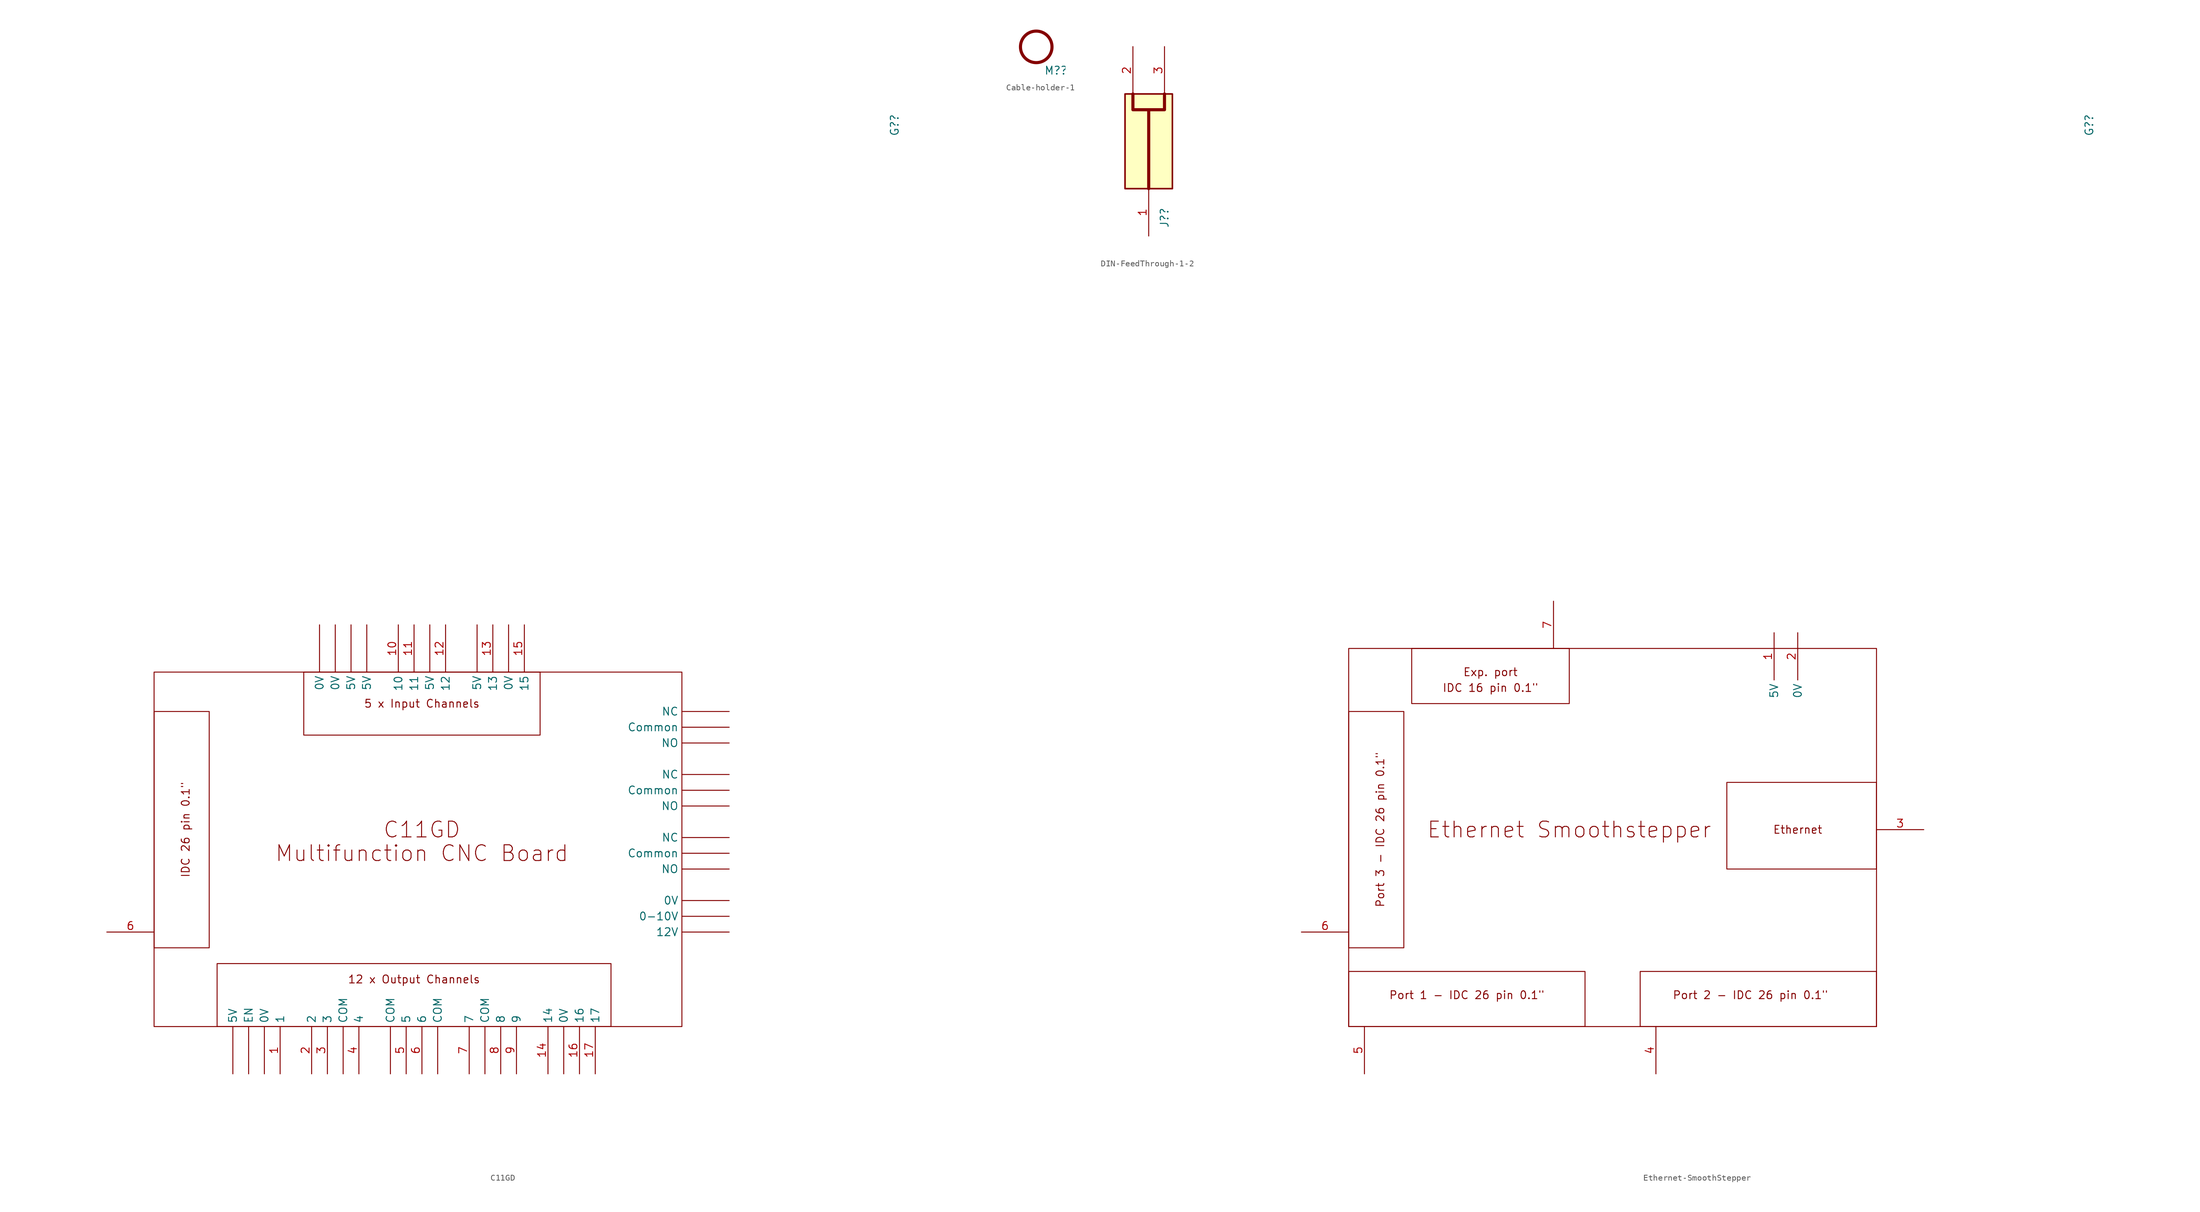
<source format=kicad_sym>
(kicad_symbol_lib
  (version 20211014)
  (generator kicad_symbol_editor)
  (symbol "C11GD"
    (property "Reference" "G?"
      (at 77.47 121.92 90)
      (effects (font (size 1.27 1.27)) (justify left)))
    (symbol "C11GD_0_0"
      (rectangle (start -41.91 35.56) (end 43.18 -21.59) (stroke (width 0.152) (type default) (color 0 0 0 0)) (fill (type none)))
      (rectangle (start -31.75 -21.59) (end 31.75 -11.43) (stroke (width 0.152) (type default) (color 0 0 0 0)) (fill (type none)))
      (rectangle (start -17.78 35.56) (end 20.32 25.4) (stroke (width 0.152) (type default) (color 0 0 0 0)) (fill (type none)))
      (text "12 x Output Channels" (at 0 -13.97 0) (effects (font (size 1.27 1.27))))
      (text "5 x Input Channels" (at 1.27 30.48 0) (effects (font (size 1.27 1.27))))
      (text "C11GD" (at 1.27 10.16 0) (effects (font (size 2.54 2.54))))
      (text "IDC 26 pin 0.1\"" (at -36.83 10.16 900) (effects (font (size 1.27 1.27))))
      (text "Multifunction CNC Board" (at 1.27 6.35 0) (effects (font (size 2.54 2.54)))))
    (symbol "C11GD_0_1"
      (rectangle (start -41.91 -8.89) (end -33.02 29.21) (stroke (width 0.152) (type default) (color 0 0 0 0)) (fill (type none))))
    (symbol "C11GD_1_0"
      (pin input line (at 50.8 -3.81 180) (length 7.62) (name "0-10V" (effects (font (size 1.27 1.27)))) (number "" (effects (font (size 1.27 1.27)))))
      (pin input line (at -24.13 -29.21 90) (length 7.62) (name "0V" (effects (font (size 1.27 1.27)))) (number "" (effects (font (size 1.27 1.27)))))
      (pin input line (at -15.24 43.18 270) (length 7.62) (name "0V" (effects (font (size 1.27 1.27)))) (number "" (effects (font (size 1.27 1.27)))))
      (pin input line (at -12.7 43.18 270) (length 7.62) (name "0V" (effects (font (size 1.27 1.27)))) (number "" (effects (font (size 1.27 1.27)))))
      (pin input line (at 15.24 43.18 270) (length 7.62) (name "0V" (effects (font (size 1.27 1.27)))) (number "" (effects (font (size 1.27 1.27)))))
      (pin input line (at 24.13 -29.21 90) (length 7.62) (name "0V" (effects (font (size 1.27 1.27)))) (number "" (effects (font (size 1.27 1.27)))))
      (pin input line (at 50.8 -1.27 180) (length 7.62) (name "0V" (effects (font (size 1.27 1.27)))) (number "" (effects (font (size 1.27 1.27)))))
      (pin input line (at 50.8 -6.35 180) (length 7.62) (name "12V" (effects (font (size 1.27 1.27)))) (number "" (effects (font (size 1.27 1.27)))))
      (pin input line (at -29.21 -29.21 90) (length 7.62) (name "5V" (effects (font (size 1.27 1.27)))) (number "" (effects (font (size 1.27 1.27)))))
      (pin input line (at -10.16 43.18 270) (length 7.62) (name "5V" (effects (font (size 1.27 1.27)))) (number "" (effects (font (size 1.27 1.27)))))
      (pin input line (at -7.62 43.18 270) (length 7.62) (name "5V" (effects (font (size 1.27 1.27)))) (number "" (effects (font (size 1.27 1.27)))))
      (pin input line (at 2.54 43.18 270) (length 7.62) (name "5V" (effects (font (size 1.27 1.27)))) (number "" (effects (font (size 1.27 1.27)))))
      (pin input line (at 10.16 43.18 270) (length 7.62) (name "5V" (effects (font (size 1.27 1.27)))) (number "" (effects (font (size 1.27 1.27)))))
      (pin input line (at -11.43 -29.21 90) (length 7.62) (name "COM" (effects (font (size 1.27 1.27)))) (number "" (effects (font (size 1.27 1.27)))))
      (pin input line (at -3.81 -29.21 90) (length 7.62) (name "COM" (effects (font (size 1.27 1.27)))) (number "" (effects (font (size 1.27 1.27)))))
      (pin input line (at 3.81 -29.21 90) (length 7.62) (name "COM" (effects (font (size 1.27 1.27)))) (number "" (effects (font (size 1.27 1.27)))))
      (pin input line (at 11.43 -29.21 90) (length 7.62) (name "COM" (effects (font (size 1.27 1.27)))) (number "" (effects (font (size 1.27 1.27)))))
      (pin input line (at 50.8 6.35 180) (length 7.62) (name "Common" (effects (font (size 1.27 1.27)))) (number "" (effects (font (size 1.27 1.27)))))
      (pin input line (at 50.8 16.51 180) (length 7.62) (name "Common" (effects (font (size 1.27 1.27)))) (number "" (effects (font (size 1.27 1.27)))))
      (pin input line (at 50.8 26.67 180) (length 7.62) (name "Common" (effects (font (size 1.27 1.27)))) (number "" (effects (font (size 1.27 1.27)))))
      (pin input line (at -26.67 -29.21 90) (length 7.62) (name "EN" (effects (font (size 1.27 1.27)))) (number "" (effects (font (size 1.27 1.27)))))
      (pin input line (at 50.8 8.89 180) (length 7.62) (name "NC" (effects (font (size 1.27 1.27)))) (number "" (effects (font (size 1.27 1.27)))))
      (pin input line (at 50.8 19.05 180) (length 7.62) (name "NC" (effects (font (size 1.27 1.27)))) (number "" (effects (font (size 1.27 1.27)))))
      (pin input line (at 50.8 29.21 180) (length 7.62) (name "NC" (effects (font (size 1.27 1.27)))) (number "" (effects (font (size 1.27 1.27)))))
      (pin input line (at 50.8 3.81 180) (length 7.62) (name "NO" (effects (font (size 1.27 1.27)))) (number "" (effects (font (size 1.27 1.27)))))
      (pin input line (at 50.8 13.97 180) (length 7.62) (name "NO" (effects (font (size 1.27 1.27)))) (number "" (effects (font (size 1.27 1.27)))))
      (pin input line (at 50.8 24.13 180) (length 7.62) (name "NO" (effects (font (size 1.27 1.27)))) (number "" (effects (font (size 1.27 1.27)))))
      (pin input line (at -21.59 -29.21 90) (length 7.62) (name "1" (effects (font (size 1.27 1.27)))) (number "1" (effects (font (size 1.27 1.27)))))
      (pin input line (at -2.54 43.18 270) (length 7.62) (name "10" (effects (font (size 1.27 1.27)))) (number "10" (effects (font (size 1.27 1.27)))))
      (pin input line (at 0 43.18 270) (length 7.62) (name "11" (effects (font (size 1.27 1.27)))) (number "11" (effects (font (size 1.27 1.27)))))
      (pin input line (at 5.08 43.18 270) (length 7.62) (name "12" (effects (font (size 1.27 1.27)))) (number "12" (effects (font (size 1.27 1.27)))))
      (pin input line (at 12.7 43.18 270) (length 7.62) (name "13" (effects (font (size 1.27 1.27)))) (number "13" (effects (font (size 1.27 1.27)))))
      (pin input line (at 21.59 -29.21 90) (length 7.62) (name "14" (effects (font (size 1.27 1.27)))) (number "14" (effects (font (size 1.27 1.27)))))
      (pin input line (at 17.78 43.18 270) (length 7.62) (name "15" (effects (font (size 1.27 1.27)))) (number "15" (effects (font (size 1.27 1.27)))))
      (pin input line (at 26.67 -29.21 90) (length 7.62) (name "16" (effects (font (size 1.27 1.27)))) (number "16" (effects (font (size 1.27 1.27)))))
      (pin input line (at 29.21 -29.21 90) (length 7.62) (name "17" (effects (font (size 1.27 1.27)))) (number "17" (effects (font (size 1.27 1.27)))))
      (pin input line (at -16.51 -29.21 90) (length 7.62) (name "2" (effects (font (size 1.27 1.27)))) (number "2" (effects (font (size 1.27 1.27)))))
      (pin input line (at -13.97 -29.21 90) (length 7.62) (name "3" (effects (font (size 1.27 1.27)))) (number "3" (effects (font (size 1.27 1.27)))))
      (pin input line (at -8.89 -29.21 90) (length 7.62) (name "4" (effects (font (size 1.27 1.27)))) (number "4" (effects (font (size 1.27 1.27)))))
      (pin input line (at -1.27 -29.21 90) (length 7.62) (name "5" (effects (font (size 1.27 1.27)))) (number "5" (effects (font (size 1.27 1.27)))))
      (pin input line (at -49.53 -6.35 0) (length 7.62) (name "" (effects (font (size 1.27 1.27)))) (number "6" (effects (font (size 1.27 1.27)))))
      (pin input line (at 1.27 -29.21 90) (length 7.62) (name "6" (effects (font (size 1.27 1.27)))) (number "6" (effects (font (size 1.27 1.27)))))
      (pin input line (at 8.89 -29.21 90) (length 7.62) (name "7" (effects (font (size 1.27 1.27)))) (number "7" (effects (font (size 1.27 1.27)))))
      (pin input line (at 13.97 -29.21 90) (length 7.62) (name "8" (effects (font (size 1.27 1.27)))) (number "8" (effects (font (size 1.27 1.27)))))
      (pin input line (at 16.51 -29.21 90) (length 7.62) (name "9" (effects (font (size 1.27 1.27)))) (number "9" (effects (font (size 1.27 1.27)))))))
  (symbol "Cable-holder-1"
    (property "Reference" "M?"
      (at 1.27 -3.81 0)
      (effects (font (size 1.27 1.27)) (justify left)))
    (symbol "Cable-holder-1_0_1"
      (circle (center 0 0) (radius 2.54) (stroke (width 0.5) (type default) (color 0 0 0 0)) (fill (type none)))))
  (symbol "DIN-FeedThrough-1-2"
    (property "Reference" "J?"
      (at 2.54 -13.97 90)
      (effects (font (size 1.27 1.27)) (justify left)))
    (symbol "DIN-FeedThrough-1-2_0_0"
      (rectangle (start -3.81 7.62) (end 3.81 -7.62) (stroke (width 0.254) (type default) (color 0 0 0 0)) (fill (type background))))
    (symbol "DIN-FeedThrough-1-2_0_1"
      (polyline (pts (xy 2.54 7.62) (xy 2.54 5.08) (xy 0 5.08)) (stroke (width 0.5) (type default) (color 0 0 0 0)) (fill (type none)))
      (polyline (pts (xy 0 -7.62) (xy 0 5.08) (xy -2.54 5.08) (xy -2.54 7.62)) (stroke (width 0.5) (type default) (color 0 0 0 0)) (fill (type none))))
    (symbol "DIN-FeedThrough-1-2_1_0"
      (pin input line (at 0 -15.24 90) (length 7.62) (name "" (effects (font (size 1.27 1.27)))) (number "1" (effects (font (size 1.27 1.27)))))
      (pin input line (at -2.54 15.24 270) (length 7.62) (name "" (effects (font (size 1.27 1.27)))) (number "2" (effects (font (size 1.27 1.27)))))
      (pin input line (at 2.54 15.24 270) (length 7.62) (name "" (effects (font (size 1.27 1.27)))) (number "3" (effects (font (size 1.27 1.27)))))))
  (symbol "Ethernet-SmoothStepper"
    (property "Reference" "G?"
      (at 77.47 121.92 90)
      (effects (font (size 1.27 1.27)) (justify left)))
    (symbol "Ethernet-SmoothStepper_0_0"
      (rectangle (start -41.91 39.37) (end 43.18 -21.59) (stroke (width 0.152) (type default) (color 0 0 0 0)) (fill (type none)))
      (text "Ethernet" (at 30.48 10.16 0) (effects (font (size 1.27 1.27))))
      (text "Ethernet Smoothstepper" (at -6.35 10.16 0) (effects (font (size 2.54 2.54))))
      (text "Exp. port" (at -19.05 35.56 0) (effects (font (size 1.27 1.27))))
      (text "IDC 16 pin 0.1\"" (at -19.05 33.02 0) (effects (font (size 1.27 1.27))))
      (text "Port 1 - IDC 26 pin 0.1\"" (at -22.86 -16.51 0) (effects (font (size 1.27 1.27))))
      (text "Port 2 - IDC 26 pin 0.1\"" (at 22.86 -16.51 0) (effects (font (size 1.27 1.27))))
      (text "Port 3 - IDC 26 pin 0.1\"" (at -36.83 10.16 900) (effects (font (size 1.27 1.27)))))
    (symbol "Ethernet-SmoothStepper_0_1"
      (rectangle (start -41.91 -12.7) (end -3.81 -21.59) (stroke (width 0.152) (type default) (color 0 0 0 0)) (fill (type none)))
      (rectangle (start -41.91 -8.89) (end -33.02 29.21) (stroke (width 0.152) (type default) (color 0 0 0 0)) (fill (type none)))
      (rectangle (start -31.75 39.37) (end -6.35 30.48) (stroke (width 0.152) (type default) (color 0 0 0 0)) (fill (type none)))
      (rectangle (start 5.08 -12.7) (end 43.18 -21.59) (stroke (width 0.152) (type default) (color 0 0 0 0)) (fill (type none)))
      (rectangle (start 19.05 17.78) (end 43.18 3.81) (stroke (width 0.152) (type default) (color 0 0 0 0)) (fill (type none))))
    (symbol "Ethernet-SmoothStepper_1_0"
      (pin input line (at 26.67 41.91 270) (length 7.62) (name "5V" (effects (font (size 1.27 1.27)))) (number "1" (effects (font (size 1.27 1.27)))))
      (pin input line (at 30.48 41.91 270) (length 7.62) (name "0V" (effects (font (size 1.27 1.27)))) (number "2" (effects (font (size 1.27 1.27)))))
      (pin input line (at 50.8 10.16 180) (length 7.62) (name "" (effects (font (size 1.27 1.27)))) (number "3" (effects (font (size 1.27 1.27)))))
      (pin input line (at 7.62 -29.21 90) (length 7.62) (name "" (effects (font (size 1.27 1.27)))) (number "4" (effects (font (size 1.27 1.27)))))
      (pin input line (at -39.37 -29.21 90) (length 7.62) (name "" (effects (font (size 1.27 1.27)))) (number "5" (effects (font (size 1.27 1.27)))))
      (pin input line (at -49.53 -6.35 0) (length 7.62) (name "" (effects (font (size 1.27 1.27)))) (number "6" (effects (font (size 1.27 1.27)))))
      (pin input line (at -8.89 46.99 270) (length 7.62) (name "" (effects (font (size 1.27 1.27)))) (number "7" (effects (font (size 1.27 1.27))))))))
</source>
